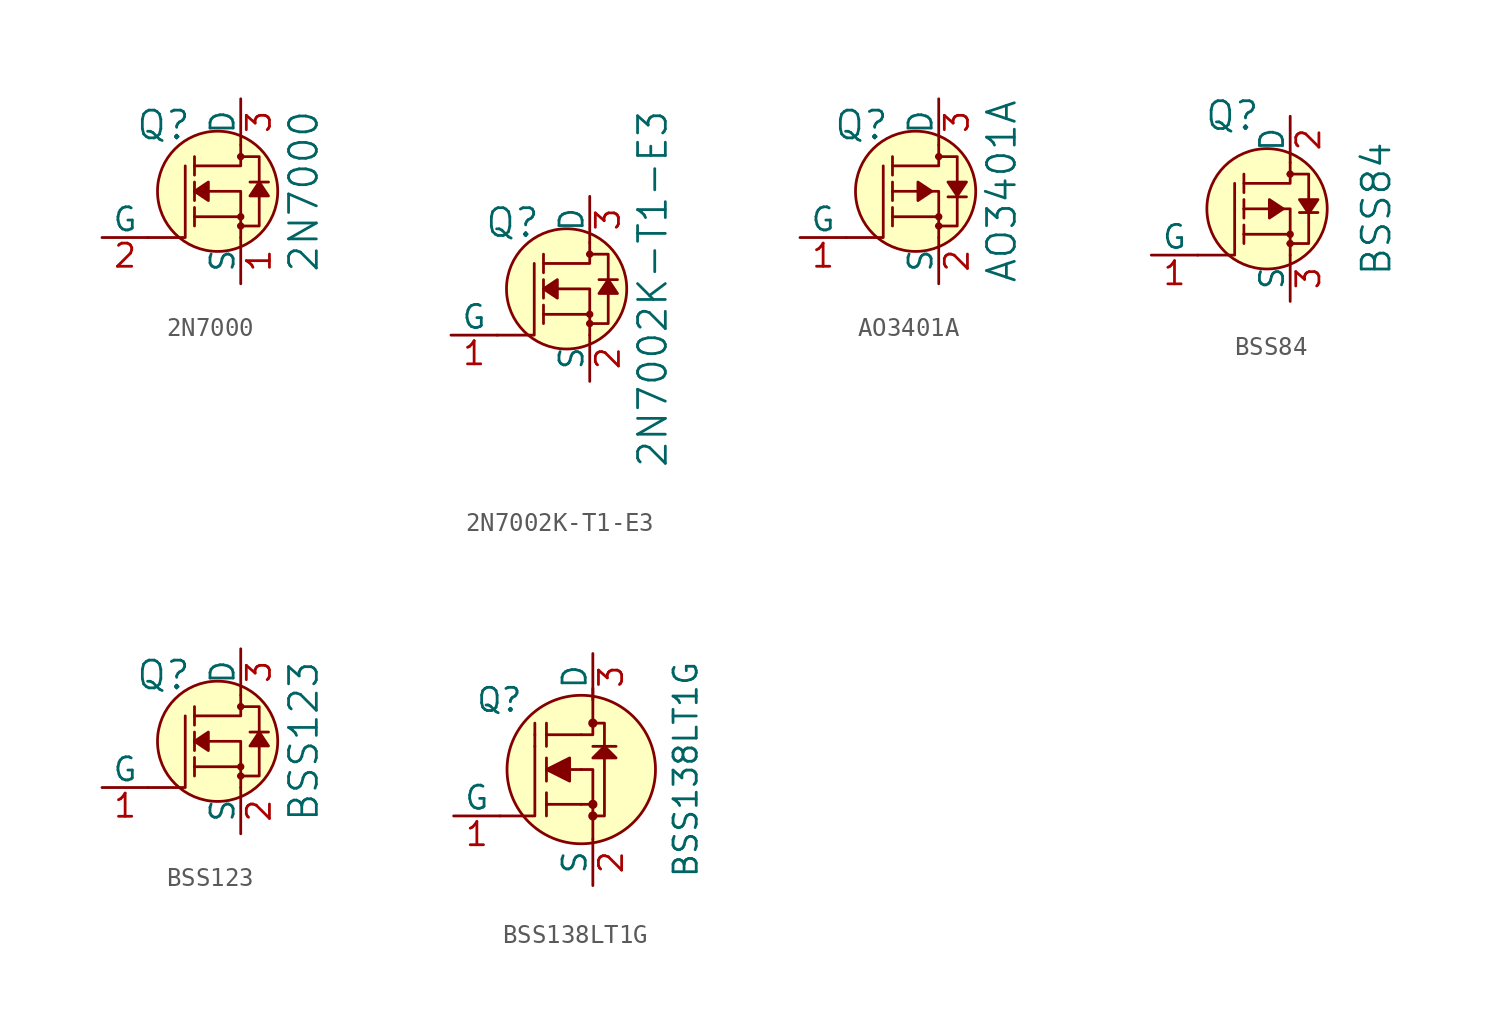
<source format=kicad_sym>
(kicad_symbol_lib
  (version 20220914)
  (generator kicad_symbol_editor)
  (symbol "2N7000"
    (pin_names
      (offset 0))
    (property "Reference" "Q"
      (at -2.692 3.632 0)
      (effects (font (size 1.524 1.524)) (justify right)))
    (property "Value" "2N7000"
      (at 3.454 0 90)
      (effects (font (size 1.524 1.524))))
    (symbol "2N7000_0_1"
      (circle (center -1.27 0) (radius 3.302) (stroke (width 0) (type solid)) (fill (type background)))
      (circle (center 0 -1.905) (radius 0.127) (stroke (width 0) (type solid)) (fill (type none)))
      (circle (center 0 -1.397) (radius 0.127) (stroke (width 0) (type solid)) (fill (type none)))
      (polyline (pts (xy 0 -1.397) (xy -2.54 -1.397)) (stroke (width 0) (type solid)) (fill (type none)))
      (polyline (pts (xy -5.08 -2.54) (xy -3.048 -2.54) (xy -3.048 1.397)) (stroke (width 0) (type solid)) (fill (type none)))
      (polyline (pts (xy 0 -2.54) (xy 0 0) (xy -2.54 0)) (stroke (width 0) (type solid)) (fill (type none)))
      (polyline (pts (xy 0 2.54) (xy 0 1.397) (xy -2.54 1.397)) (stroke (width 0) (type solid)) (fill (type none)))
      (polyline (pts (xy -0.127 -1.905) (xy 1.016 -1.905) (xy 1.016 1.397) (xy 1.016 1.905) (xy -0.127 1.905)) (stroke (width 0) (type solid)) (fill (type none)))
      (circle (center 0 1.905) (radius 0.127) (stroke (width 0) (type solid)) (fill (type none))))
    (symbol "2N7000_1_1"
      (polyline (pts (xy -2.54 -1.397) (xy -2.54 -1.905)) (stroke (width 0) (type solid)) (fill (type none)))
      (polyline (pts (xy -2.54 -1.397) (xy -2.54 -0.889)) (stroke (width 0) (type solid)) (fill (type none)))
      (polyline (pts (xy -2.54 0) (xy -2.54 -0.508)) (stroke (width 0) (type solid)) (fill (type none)))
      (polyline (pts (xy -2.54 0) (xy -2.54 0.508)) (stroke (width 0) (type solid)) (fill (type none)))
      (polyline (pts (xy -2.54 1.905) (xy -2.54 0.889)) (stroke (width 0) (type solid)) (fill (type none)))
      (polyline (pts (xy 1.524 0.508) (xy 0.508 0.508)) (stroke (width 0) (type solid)) (fill (type none)))
      (polyline (pts (xy -2.54 0) (xy -1.778 0.508) (xy -1.778 -0.508) (xy -2.54 0)) (stroke (width 0) (type solid)) (fill (type outline)))
      (polyline (pts (xy 1.016 0.508) (xy 0.508 -0.254) (xy 1.524 -0.254) (xy 1.016 0.508)) (stroke (width 0) (type solid)) (fill (type outline)))
      (pin bidirectional line (at 0 -5.08 90) (length 2.54) (name "S" (effects (font (size 1.27 1.27)))) (number "1" (effects (font (size 1.27 1.27)))))
      (pin bidirectional line (at -7.62 -2.54 0) (length 2.54) (name "G" (effects (font (size 1.27 1.27)))) (number "2" (effects (font (size 1.27 1.27)))))
      (pin bidirectional line (at 0 5.08 270) (length 2.54) (name "D" (effects (font (size 1.27 1.27)))) (number "3" (effects (font (size 1.27 1.27)))))))
  (symbol "2N7002K-T1-E3"
    (pin_names
      (offset 0))
    (property "Reference" "Q"
      (at -2.692 3.632 0)
      (effects (font (size 1.524 1.524)) (justify right)))
    (property "Value" "2N7002K-T1-E3"
      (at 3.454 0 90)
      (effects (font (size 1.524 1.524))))
    (symbol "2N7002K-T1-E3_0_1"
      (circle (center -1.27 0) (radius 3.302) (stroke (width 0) (type solid)) (fill (type background)))
      (circle (center 0 -1.905) (radius 0.127) (stroke (width 0) (type solid)) (fill (type none)))
      (circle (center 0 -1.397) (radius 0.127) (stroke (width 0) (type solid)) (fill (type none)))
      (polyline (pts (xy 0 -1.397) (xy -2.54 -1.397)) (stroke (width 0) (type solid)) (fill (type none)))
      (polyline (pts (xy -5.08 -2.54) (xy -3.048 -2.54) (xy -3.048 1.397)) (stroke (width 0) (type solid)) (fill (type none)))
      (polyline (pts (xy 0 -2.54) (xy 0 0) (xy -2.54 0)) (stroke (width 0) (type solid)) (fill (type none)))
      (polyline (pts (xy 0 2.54) (xy 0 1.397) (xy -2.54 1.397)) (stroke (width 0) (type solid)) (fill (type none)))
      (polyline (pts (xy -0.127 -1.905) (xy 1.016 -1.905) (xy 1.016 1.397) (xy 1.016 1.905) (xy -0.127 1.905)) (stroke (width 0) (type solid)) (fill (type none)))
      (circle (center 0 1.905) (radius 0.127) (stroke (width 0) (type solid)) (fill (type none))))
    (symbol "2N7002K-T1-E3_1_1"
      (polyline (pts (xy -2.54 -1.397) (xy -2.54 -1.905)) (stroke (width 0) (type solid)) (fill (type none)))
      (polyline (pts (xy -2.54 -1.397) (xy -2.54 -0.889)) (stroke (width 0) (type solid)) (fill (type none)))
      (polyline (pts (xy -2.54 0) (xy -2.54 -0.508)) (stroke (width 0) (type solid)) (fill (type none)))
      (polyline (pts (xy -2.54 0) (xy -2.54 0.508)) (stroke (width 0) (type solid)) (fill (type none)))
      (polyline (pts (xy -2.54 1.905) (xy -2.54 0.889)) (stroke (width 0) (type solid)) (fill (type none)))
      (polyline (pts (xy 1.524 0.508) (xy 0.508 0.508)) (stroke (width 0) (type solid)) (fill (type none)))
      (polyline (pts (xy -2.54 0) (xy -1.778 0.508) (xy -1.778 -0.508) (xy -2.54 0)) (stroke (width 0) (type solid)) (fill (type outline)))
      (polyline (pts (xy 1.016 0.508) (xy 0.508 -0.254) (xy 1.524 -0.254) (xy 1.016 0.508)) (stroke (width 0) (type solid)) (fill (type outline)))
      (pin bidirectional line (at -7.62 -2.54 0) (length 2.54) (name "G" (effects (font (size 1.27 1.27)))) (number "1" (effects (font (size 1.27 1.27)))))
      (pin bidirectional line (at 0 -5.08 90) (length 2.54) (name "S" (effects (font (size 1.27 1.27)))) (number "2" (effects (font (size 1.27 1.27)))))
      (pin bidirectional line (at 0 5.08 270) (length 2.54) (name "D" (effects (font (size 1.27 1.27)))) (number "3" (effects (font (size 1.27 1.27)))))))
  (symbol "AO3401A"
    (pin_names
      (offset 0))
    (property "Reference" "Q"
      (at -2.692 3.632 0)
      (effects (font (size 1.524 1.524)) (justify right)))
    (property "Value" "AO3401A"
      (at 3.454 0 90)
      (effects (font (size 1.524 1.524))))
    (symbol "AO3401A_0_1"
      (circle (center -1.27 0) (radius 3.302) (stroke (width 0) (type solid)) (fill (type background)))
      (circle (center 0 -1.905) (radius 0.127) (stroke (width 0) (type solid)) (fill (type none)))
      (circle (center 0 -1.397) (radius 0.127) (stroke (width 0) (type solid)) (fill (type none)))
      (polyline (pts (xy 0 -1.397) (xy -2.54 -1.397)) (stroke (width 0) (type solid)) (fill (type none)))
      (polyline (pts (xy -5.08 -2.54) (xy -3.048 -2.54) (xy -3.048 1.397)) (stroke (width 0) (type solid)) (fill (type none)))
      (polyline (pts (xy 0 -2.54) (xy 0 0) (xy -2.54 0)) (stroke (width 0) (type solid)) (fill (type none)))
      (polyline (pts (xy 0 2.54) (xy 0 1.397) (xy -2.54 1.397)) (stroke (width 0) (type solid)) (fill (type none)))
      (polyline (pts (xy -0.127 -1.905) (xy 1.016 -1.905) (xy 1.016 1.397) (xy 1.016 1.905) (xy -0.127 1.905)) (stroke (width 0) (type solid)) (fill (type none)))
      (circle (center 0 1.905) (radius 0.127) (stroke (width 0) (type solid)) (fill (type none))))
    (symbol "AO3401A_1_1"
      (polyline (pts (xy -2.54 -1.397) (xy -2.54 -1.905)) (stroke (width 0) (type solid)) (fill (type none)))
      (polyline (pts (xy -2.54 -1.397) (xy -2.54 -0.889)) (stroke (width 0) (type solid)) (fill (type none)))
      (polyline (pts (xy -2.54 0) (xy -2.54 -0.508)) (stroke (width 0) (type solid)) (fill (type none)))
      (polyline (pts (xy -2.54 0) (xy -2.54 0.508)) (stroke (width 0) (type solid)) (fill (type none)))
      (polyline (pts (xy -2.54 1.905) (xy -2.54 0.889)) (stroke (width 0) (type solid)) (fill (type none)))
      (polyline (pts (xy 1.524 -0.305) (xy 0.508 -0.305)) (stroke (width 0) (type solid)) (fill (type none)))
      (polyline (pts (xy -0.381 0) (xy -1.143 0.508) (xy -1.143 -0.508) (xy -0.381 0)) (stroke (width 0) (type solid)) (fill (type outline)))
      (polyline (pts (xy 1.016 -0.254) (xy 0.508 0.508) (xy 1.524 0.508) (xy 1.016 -0.254)) (stroke (width 0) (type solid)) (fill (type outline)))
      (pin bidirectional line (at -7.62 -2.54 0) (length 2.54) (name "G" (effects (font (size 1.27 1.27)))) (number "1" (effects (font (size 1.27 1.27)))))
      (pin bidirectional line (at 0 -5.08 90) (length 2.54) (name "S" (effects (font (size 1.27 1.27)))) (number "2" (effects (font (size 1.27 1.27)))))
      (pin bidirectional line (at 0 5.08 270) (length 2.54) (name "D" (effects (font (size 1.27 1.27)))) (number "3" (effects (font (size 1.27 1.27)))))))
  (symbol "BSS84"
    (pin_names
      (offset 0))
    (property "Reference" "Q"
      (at -1.626 5.105 0)
      (effects (font (size 1.524 1.524)) (justify right)))
    (property "Value" "BSS84"
      (at 4.724 0 90)
      (effects (font (size 1.524 1.524))))
    (symbol "BSS84_0_1"
      (circle (center -1.27 0) (radius 3.302) (stroke (width 0) (type solid)) (fill (type background)))
      (circle (center 0 -1.905) (radius 0.127) (stroke (width 0) (type solid)) (fill (type none)))
      (circle (center 0 -1.397) (radius 0.127) (stroke (width 0) (type solid)) (fill (type none)))
      (polyline (pts (xy 0 -1.397) (xy -2.54 -1.397)) (stroke (width 0) (type solid)) (fill (type none)))
      (polyline (pts (xy -5.08 -2.54) (xy -3.048 -2.54) (xy -3.048 1.397)) (stroke (width 0) (type solid)) (fill (type none)))
      (polyline (pts (xy 0 -2.54) (xy 0 0) (xy -2.54 0)) (stroke (width 0) (type solid)) (fill (type none)))
      (polyline (pts (xy 0 2.54) (xy 0 1.397) (xy -2.54 1.397)) (stroke (width 0) (type solid)) (fill (type none)))
      (polyline (pts (xy -0.127 -1.905) (xy 1.016 -1.905) (xy 1.016 1.397) (xy 1.016 1.905) (xy -0.127 1.905)) (stroke (width 0) (type solid)) (fill (type none)))
      (circle (center 0 1.905) (radius 0.127) (stroke (width 0) (type solid)) (fill (type none))))
    (symbol "BSS84_1_1"
      (polyline (pts (xy -2.54 -1.397) (xy -2.54 -1.905)) (stroke (width 0) (type solid)) (fill (type none)))
      (polyline (pts (xy -2.54 -1.397) (xy -2.54 -0.889)) (stroke (width 0) (type solid)) (fill (type none)))
      (polyline (pts (xy -2.54 0) (xy -2.54 -0.508)) (stroke (width 0) (type solid)) (fill (type none)))
      (polyline (pts (xy -2.54 0) (xy -2.54 0.508)) (stroke (width 0) (type solid)) (fill (type none)))
      (polyline (pts (xy -2.54 1.905) (xy -2.54 0.889)) (stroke (width 0) (type solid)) (fill (type none)))
      (polyline (pts (xy 1.524 -0.203) (xy 0.508 -0.203)) (stroke (width 0) (type solid)) (fill (type none)))
      (polyline (pts (xy -0.381 0) (xy -1.143 0.508) (xy -1.143 -0.508) (xy -0.381 0)) (stroke (width 0) (type solid)) (fill (type outline)))
      (polyline (pts (xy 1.016 -0.254) (xy 1.524 0.508) (xy 0.508 0.508) (xy 1.016 -0.254)) (stroke (width 0) (type solid)) (fill (type outline)))
      (pin bidirectional line (at -7.62 -2.54 0) (length 2.54) (name "G" (effects (font (size 1.27 1.27)))) (number "1" (effects (font (size 1.27 1.27)))))
      (pin bidirectional line (at 0 5.08 270) (length 2.54) (name "D" (effects (font (size 1.27 1.27)))) (number "2" (effects (font (size 1.27 1.27)))))
      (pin bidirectional line (at 0 -5.08 90) (length 2.54) (name "S" (effects (font (size 1.27 1.27)))) (number "3" (effects (font (size 1.27 1.27)))))))
  (symbol "BSS123"
    (pin_names
      (offset 0))
    (property "Reference" "Q"
      (at -2.692 3.632 0)
      (effects (font (size 1.524 1.524)) (justify right)))
    (property "Value" "BSS123"
      (at 3.454 0 90)
      (effects (font (size 1.524 1.524))))
    (symbol "BSS123_0_1"
      (circle (center -1.27 0) (radius 3.302) (stroke (width 0) (type solid)) (fill (type background)))
      (circle (center 0 -1.905) (radius 0.127) (stroke (width 0) (type solid)) (fill (type none)))
      (circle (center 0 -1.397) (radius 0.127) (stroke (width 0) (type solid)) (fill (type none)))
      (polyline (pts (xy 0 -1.397) (xy -2.54 -1.397)) (stroke (width 0) (type solid)) (fill (type none)))
      (polyline (pts (xy -5.08 -2.54) (xy -3.048 -2.54) (xy -3.048 1.397)) (stroke (width 0) (type solid)) (fill (type none)))
      (polyline (pts (xy 0 -2.54) (xy 0 0) (xy -2.54 0)) (stroke (width 0) (type solid)) (fill (type none)))
      (polyline (pts (xy 0 2.54) (xy 0 1.397) (xy -2.54 1.397)) (stroke (width 0) (type solid)) (fill (type none)))
      (polyline (pts (xy -0.127 -1.905) (xy 1.016 -1.905) (xy 1.016 1.397) (xy 1.016 1.905) (xy -0.127 1.905)) (stroke (width 0) (type solid)) (fill (type none)))
      (circle (center 0 1.905) (radius 0.127) (stroke (width 0) (type solid)) (fill (type none))))
    (symbol "BSS123_1_1"
      (polyline (pts (xy -2.54 -1.397) (xy -2.54 -1.905)) (stroke (width 0) (type solid)) (fill (type none)))
      (polyline (pts (xy -2.54 -1.397) (xy -2.54 -0.889)) (stroke (width 0) (type solid)) (fill (type none)))
      (polyline (pts (xy -2.54 0) (xy -2.54 -0.508)) (stroke (width 0) (type solid)) (fill (type none)))
      (polyline (pts (xy -2.54 0) (xy -2.54 0.508)) (stroke (width 0) (type solid)) (fill (type none)))
      (polyline (pts (xy -2.54 1.905) (xy -2.54 0.889)) (stroke (width 0) (type solid)) (fill (type none)))
      (polyline (pts (xy 1.524 0.508) (xy 0.508 0.508)) (stroke (width 0) (type solid)) (fill (type none)))
      (polyline (pts (xy -2.54 0) (xy -1.778 0.508) (xy -1.778 -0.508) (xy -2.54 0)) (stroke (width 0) (type solid)) (fill (type outline)))
      (polyline (pts (xy 1.016 0.508) (xy 0.508 -0.254) (xy 1.524 -0.254) (xy 1.016 0.508)) (stroke (width 0) (type solid)) (fill (type outline)))
      (pin bidirectional line (at -7.62 -2.54 0) (length 2.54) (name "G" (effects (font (size 1.27 1.27)))) (number "1" (effects (font (size 1.27 1.27)))))
      (pin bidirectional line (at 0 -5.08 90) (length 2.54) (name "S" (effects (font (size 1.27 1.27)))) (number "2" (effects (font (size 1.27 1.27)))))
      (pin bidirectional line (at 0 5.08 270) (length 2.54) (name "D" (effects (font (size 1.27 1.27)))) (number "3" (effects (font (size 1.27 1.27)))))))
  (symbol "BSS138LT1G"
    (pin_names
      (offset 0))
    (property "Reference" "Q"
      (at -3.81 3.81 0)
      (effects (font (size 1.27 1.27)) (justify right)))
    (property "Value" "BSS138LT1G"
      (at 5.08 0 90)
      (effects (font (size 1.27 1.27))))
    (symbol "BSS138LT1G_0_1"
      (circle (center 0 -2.54) (radius 0.178) (stroke (width 0) (type solid)) (fill (type outline)))
      (circle (center 0 -1.905) (radius 0.178) (stroke (width 0) (type solid)) (fill (type outline)))
      (polyline (pts (xy -3.175 1.905) (xy -3.175 1.27)) (stroke (width 0) (type solid)) (fill (type none)))
      (polyline (pts (xy -3.175 1.905) (xy -3.175 2.54)) (stroke (width 0) (type solid)) (fill (type none)))
      (polyline (pts (xy -2.54 -2.54) (xy -2.54 -1.905)) (stroke (width 0) (type solid)) (fill (type none)))
      (polyline (pts (xy -2.54 -1.905) (xy -2.54 -1.27)) (stroke (width 0) (type solid)) (fill (type none)))
      (polyline (pts (xy -2.54 -1.905) (xy -0.635 -1.905)) (stroke (width 0) (type solid)) (fill (type none)))
      (polyline (pts (xy -2.54 -0.635) (xy -2.54 0)) (stroke (width 0) (type solid)) (fill (type none)))
      (polyline (pts (xy -2.54 0) (xy -2.54 0.635)) (stroke (width 0) (type solid)) (fill (type none)))
      (polyline (pts (xy -2.54 0) (xy -0.635 0)) (stroke (width 0) (type solid)) (fill (type none)))
      (polyline (pts (xy -2.54 1.27) (xy -2.54 1.905)) (stroke (width 0) (type solid)) (fill (type none)))
      (polyline (pts (xy -2.54 1.905) (xy -2.54 2.54)) (stroke (width 0) (type solid)) (fill (type none)))
      (polyline (pts (xy -2.54 1.905) (xy -0.635 1.905)) (stroke (width 0) (type solid)) (fill (type none)))
      (polyline (pts (xy -0.635 -1.905) (xy 0 -1.905)) (stroke (width 0) (type solid)) (fill (type none)))
      (polyline (pts (xy 0 1.27) (xy 1.27 1.27)) (stroke (width 0) (type solid)) (fill (type none)))
      (polyline (pts (xy -5.08 -2.54) (xy -3.175 -2.54) (xy -3.175 1.27)) (stroke (width 0) (type solid)) (fill (type none)))
      (polyline (pts (xy -0.635 0) (xy 0 0) (xy 0 -3.81)) (stroke (width 0) (type solid)) (fill (type none)))
      (polyline (pts (xy -0.635 1.905) (xy 0 1.905) (xy 0 4.445)) (stroke (width 0) (type solid)) (fill (type none)))
      (polyline (pts (xy -2.54 0) (xy -1.27 -0.635) (xy -1.27 0.635) (xy -2.54 0)) (stroke (width 0) (type solid)) (fill (type outline)))
      (polyline (pts (xy 0 2.54) (xy 0.635 2.54) (xy 0.635 -2.54) (xy 0 -2.54)) (stroke (width 0) (type solid)) (fill (type none)))
      (polyline (pts (xy 0.635 1.27) (xy 0 0.635) (xy 1.27 0.635) (xy 0.635 1.27)) (stroke (width 0) (type solid)) (fill (type outline)))
      (circle (center 0 2.54) (radius 0.178) (stroke (width 0) (type solid)) (fill (type outline))))
    (symbol "BSS138LT1G_1_1"
      (circle (center -0.635 0) (radius 4.064) (stroke (width 0) (type solid)) (fill (type background)))
      (pin bidirectional line (at -7.62 -2.54 0) (length 2.54) (name "G" (effects (font (size 1.27 1.27)))) (number "1" (effects (font (size 1.27 1.27)))))
      (pin bidirectional line (at 0 -6.35 90) (length 2.54) (name "S" (effects (font (size 1.27 1.27)))) (number "2" (effects (font (size 1.27 1.27)))))
      (pin bidirectional line (at 0 6.35 270) (length 2.54) (name "D" (effects (font (size 1.27 1.27)))) (number "3" (effects (font (size 1.27 1.27))))))))
</source>
